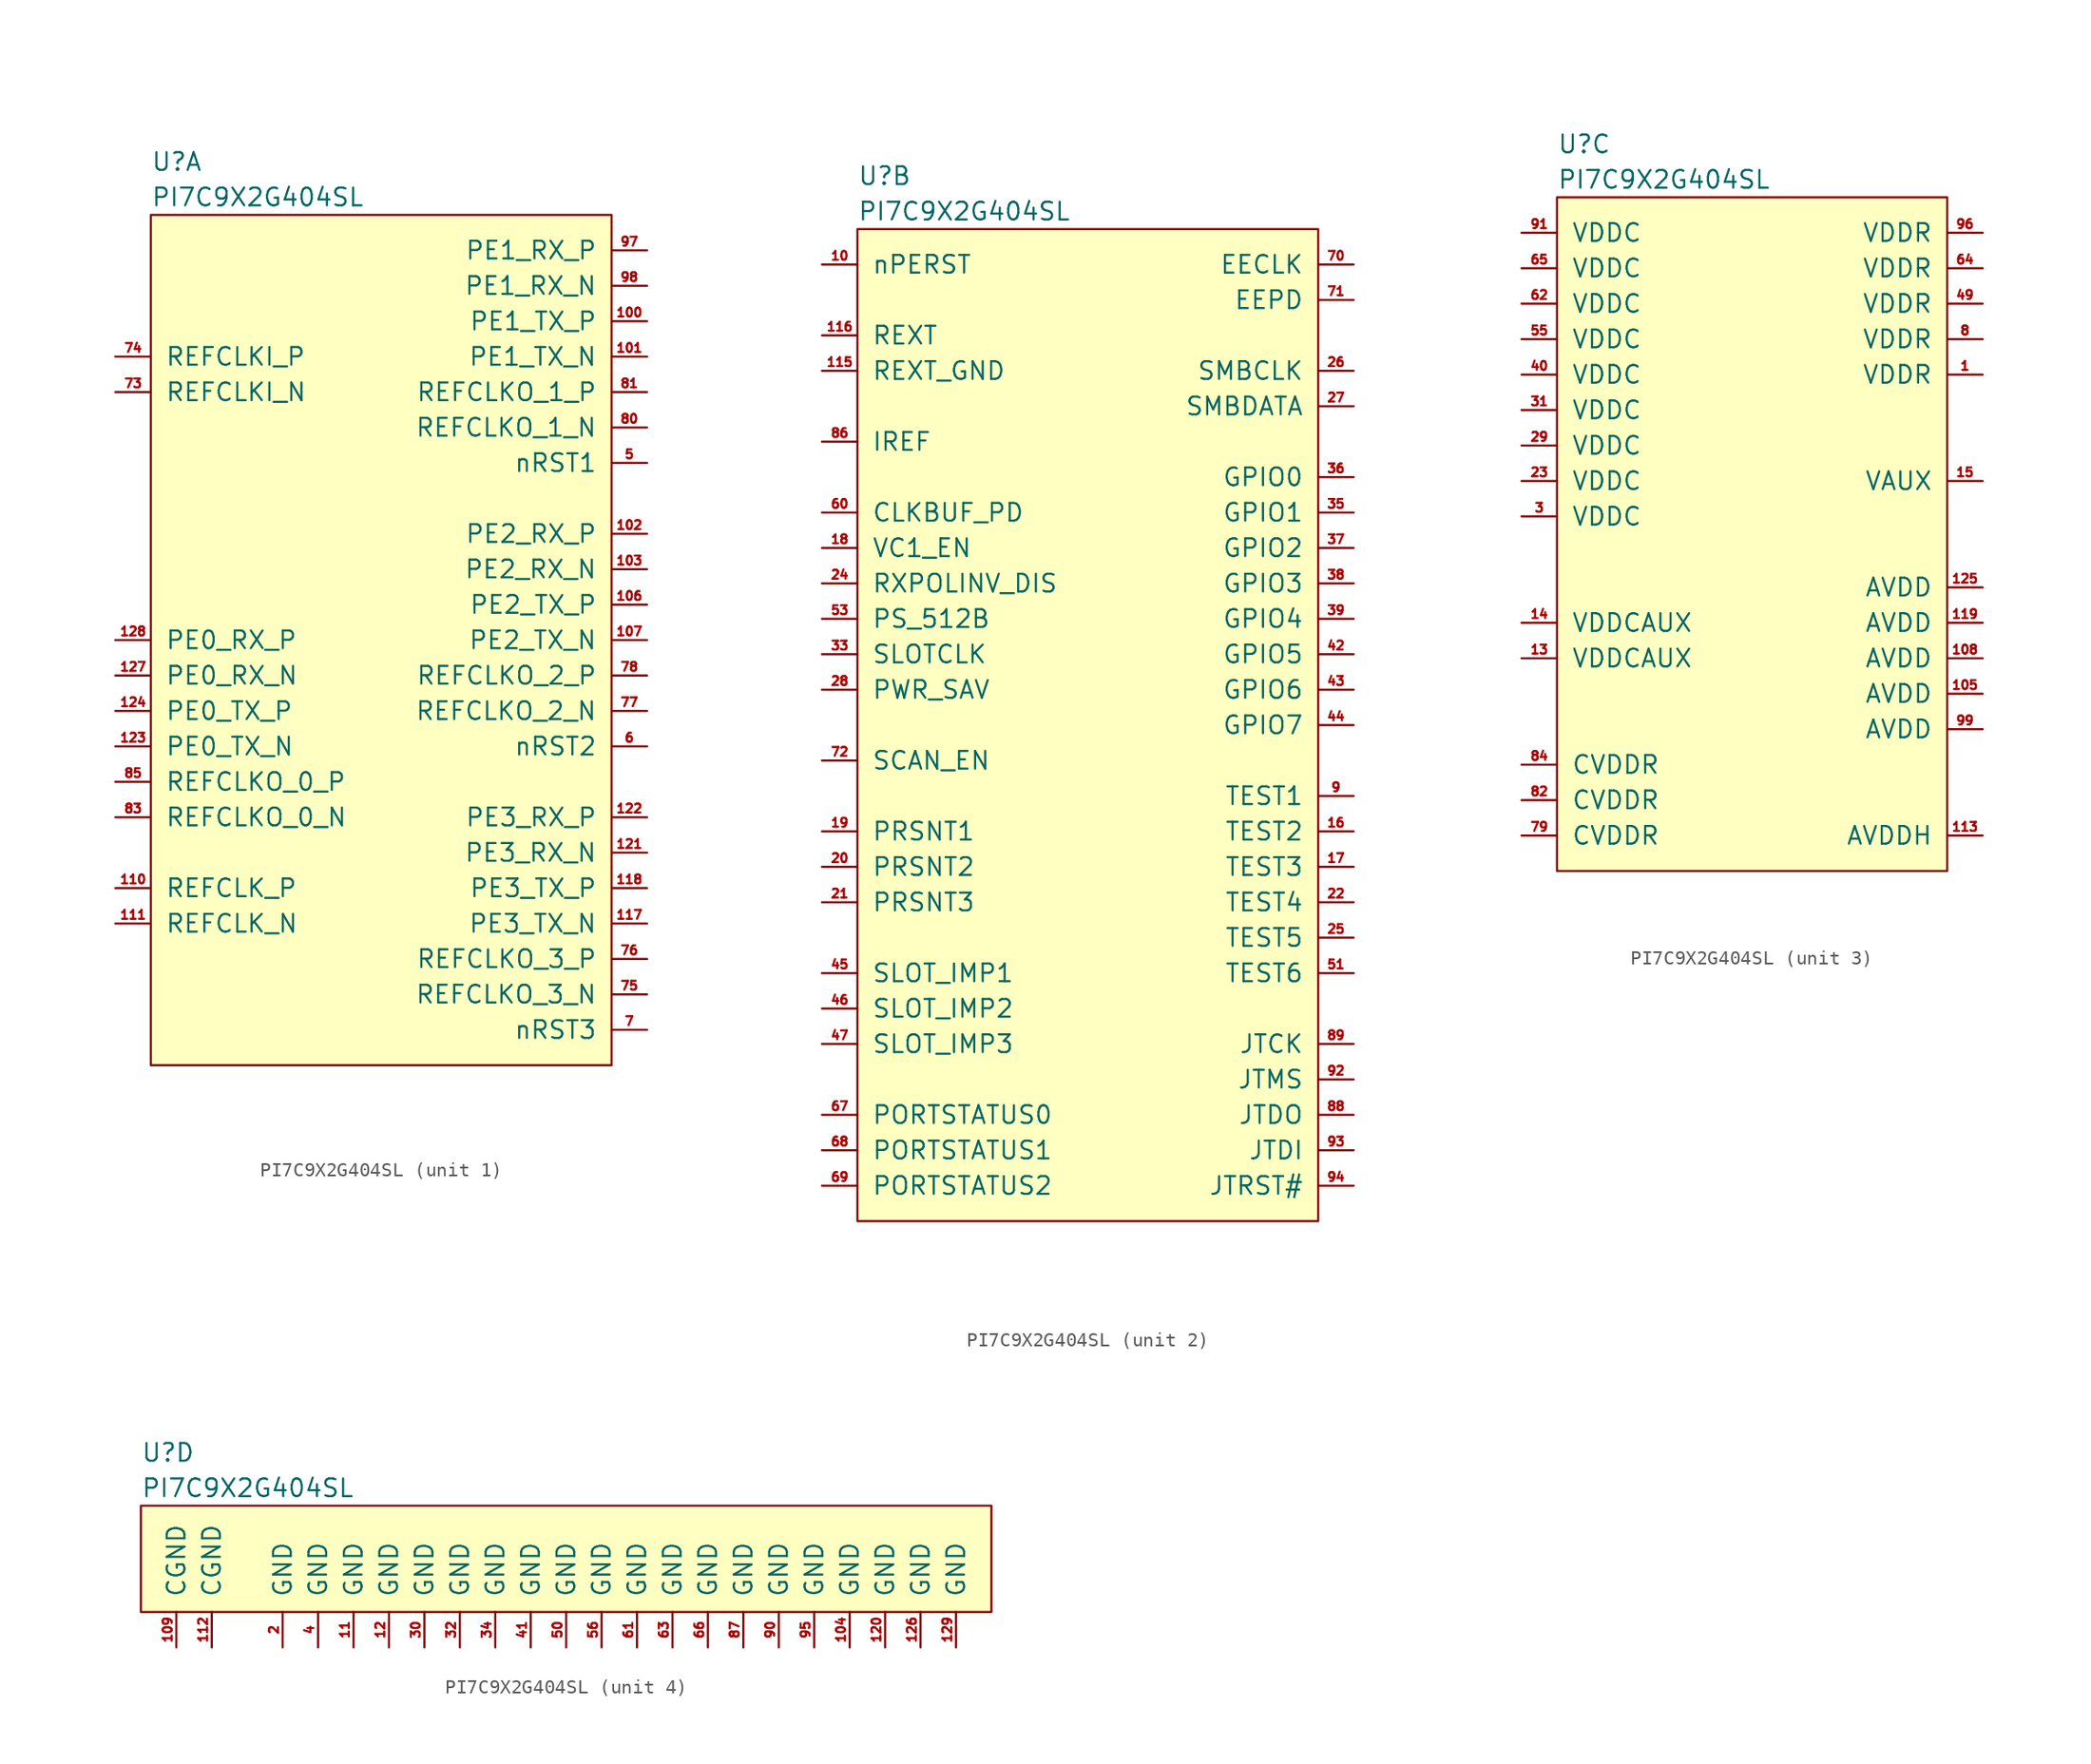
<source format=kicad_sym>
(kicad_symbol_lib
  (version 20211014)
  (generator kicad_symbol_editor)
  (symbol "PI7C9X2G404SL"
    (pin_names
      (offset 1.016))
    (property "Reference" "U"
      (at 0 3.81 0)
      (effects (font (size 1.27 1.27)) (justify left)))
    (property "Value" "PI7C9X2G404SL"
      (at 0 1.27 0)
      (effects (font (size 1.27 1.27)) (justify left)))
    (property "ki_locked" ""
      (at 0 0 0)
      (effects (font (size 1.27 1.27))))
    (symbol "PI7C9X2G404SL_1_1"
      (rectangle (start 0 0) (end 33.02 -60.96) (stroke (width 0) (type default) (color 0 0 0 0)) (fill (type background)))
      (pin output line (at 35.56 -7.62 180) (length 2.54) (name "PE1_TX_P" (effects (font (size 1.27 1.27)))) (number "100" (effects (font (size 0.635 0.635)))))
      (pin output line (at 35.56 -10.16 180) (length 2.54) (name "PE1_TX_N" (effects (font (size 1.27 1.27)))) (number "101" (effects (font (size 0.635 0.635)))))
      (pin input line (at 35.56 -22.86 180) (length 2.54) (name "PE2_RX_P" (effects (font (size 1.27 1.27)))) (number "102" (effects (font (size 0.635 0.635)))))
      (pin input line (at 35.56 -25.4 180) (length 2.54) (name "PE2_RX_N" (effects (font (size 1.27 1.27)))) (number "103" (effects (font (size 0.635 0.635)))))
      (pin output line (at 35.56 -27.94 180) (length 2.54) (name "PE2_TX_P" (effects (font (size 1.27 1.27)))) (number "106" (effects (font (size 0.635 0.635)))))
      (pin output line (at 35.56 -30.48 180) (length 2.54) (name "PE2_TX_N" (effects (font (size 1.27 1.27)))) (number "107" (effects (font (size 0.635 0.635)))))
      (pin input line (at -2.54 -48.26 0) (length 2.54) (name "REFCLK_P" (effects (font (size 1.27 1.27)))) (number "110" (effects (font (size 0.635 0.635)))))
      (pin input line (at -2.54 -50.8 0) (length 2.54) (name "REFCLK_N" (effects (font (size 1.27 1.27)))) (number "111" (effects (font (size 0.635 0.635)))))
      (pin output line (at 35.56 -50.8 180) (length 2.54) (name "PE3_TX_N" (effects (font (size 1.27 1.27)))) (number "117" (effects (font (size 0.635 0.635)))))
      (pin output line (at 35.56 -48.26 180) (length 2.54) (name "PE3_TX_P" (effects (font (size 1.27 1.27)))) (number "118" (effects (font (size 0.635 0.635)))))
      (pin input line (at 35.56 -45.72 180) (length 2.54) (name "PE3_RX_N" (effects (font (size 1.27 1.27)))) (number "121" (effects (font (size 0.635 0.635)))))
      (pin input line (at 35.56 -43.18 180) (length 2.54) (name "PE3_RX_P" (effects (font (size 1.27 1.27)))) (number "122" (effects (font (size 0.635 0.635)))))
      (pin output line (at -2.54 -38.1 0) (length 2.54) (name "PE0_TX_N" (effects (font (size 1.27 1.27)))) (number "123" (effects (font (size 0.635 0.635)))))
      (pin output line (at -2.54 -35.56 0) (length 2.54) (name "PE0_TX_P" (effects (font (size 1.27 1.27)))) (number "124" (effects (font (size 0.635 0.635)))))
      (pin input line (at -2.54 -33.02 0) (length 2.54) (name "PE0_RX_N" (effects (font (size 1.27 1.27)))) (number "127" (effects (font (size 0.635 0.635)))))
      (pin input line (at -2.54 -30.48 0) (length 2.54) (name "PE0_RX_P" (effects (font (size 1.27 1.27)))) (number "128" (effects (font (size 0.635 0.635)))))
      (pin output line (at 35.56 -17.78 180) (length 2.54) (name "nRST1" (effects (font (size 1.27 1.27)))) (number "5" (effects (font (size 0.635 0.635)))))
      (pin output line (at 35.56 -38.1 180) (length 2.54) (name "nRST2" (effects (font (size 1.27 1.27)))) (number "6" (effects (font (size 0.635 0.635)))))
      (pin output line (at 35.56 -58.42 180) (length 2.54) (name "nRST3" (effects (font (size 1.27 1.27)))) (number "7" (effects (font (size 0.635 0.635)))))
      (pin input line (at -2.54 -12.7 0) (length 2.54) (name "REFCLKI_N" (effects (font (size 1.27 1.27)))) (number "73" (effects (font (size 0.635 0.635)))))
      (pin input line (at -2.54 -10.16 0) (length 2.54) (name "REFCLKI_P" (effects (font (size 1.27 1.27)))) (number "74" (effects (font (size 0.635 0.635)))))
      (pin output line (at 35.56 -55.88 180) (length 2.54) (name "REFCLKO_3_N" (effects (font (size 1.27 1.27)))) (number "75" (effects (font (size 0.635 0.635)))))
      (pin output line (at 35.56 -53.34 180) (length 2.54) (name "REFCLKO_3_P" (effects (font (size 1.27 1.27)))) (number "76" (effects (font (size 0.635 0.635)))))
      (pin output line (at 35.56 -35.56 180) (length 2.54) (name "REFCLKO_2_N" (effects (font (size 1.27 1.27)))) (number "77" (effects (font (size 0.635 0.635)))))
      (pin output line (at 35.56 -33.02 180) (length 2.54) (name "REFCLKO_2_P" (effects (font (size 1.27 1.27)))) (number "78" (effects (font (size 0.635 0.635)))))
      (pin output line (at 35.56 -15.24 180) (length 2.54) (name "REFCLKO_1_N" (effects (font (size 1.27 1.27)))) (number "80" (effects (font (size 0.635 0.635)))))
      (pin output line (at 35.56 -12.7 180) (length 2.54) (name "REFCLKO_1_P" (effects (font (size 1.27 1.27)))) (number "81" (effects (font (size 0.635 0.635)))))
      (pin output line (at -2.54 -43.18 0) (length 2.54) (name "REFCLKO_0_N" (effects (font (size 1.27 1.27)))) (number "83" (effects (font (size 0.635 0.635)))))
      (pin output line (at -2.54 -40.64 0) (length 2.54) (name "REFCLKO_0_P" (effects (font (size 1.27 1.27)))) (number "85" (effects (font (size 0.635 0.635)))))
      (pin input line (at 35.56 -2.54 180) (length 2.54) (name "PE1_RX_P" (effects (font (size 1.27 1.27)))) (number "97" (effects (font (size 0.635 0.635)))))
      (pin input line (at 35.56 -5.08 180) (length 2.54) (name "PE1_RX_N" (effects (font (size 1.27 1.27)))) (number "98" (effects (font (size 0.635 0.635))))))
    (symbol "PI7C9X2G404SL_2_1"
      (rectangle (start 0 0) (end 33.02 -71.12) (stroke (width 0) (type default) (color 0 0 0 0)) (fill (type background)))
      (pin input line (at -2.54 -2.54 0) (length 2.54) (name "nPERST" (effects (font (size 1.27 1.27)))) (number "10" (effects (font (size 0.635 0.635)))))
      (pin no_connect line (at 20.32 -45.72 180) (length 2.54) hide (name "NC" (effects (font (size 1.27 1.27)))) (number "114" (effects (font (size 0.635 0.635)))))
      (pin output line (at -2.54 -10.16 0) (length 2.54) (name "REXT_GND" (effects (font (size 1.27 1.27)))) (number "115" (effects (font (size 0.635 0.635)))))
      (pin input line (at -2.54 -7.62 0) (length 2.54) (name "REXT" (effects (font (size 1.27 1.27)))) (number "116" (effects (font (size 0.635 0.635)))))
      (pin bidirectional line (at 35.56 -43.18 180) (length 2.54) (name "TEST2" (effects (font (size 1.27 1.27)))) (number "16" (effects (font (size 0.635 0.635)))))
      (pin bidirectional line (at 35.56 -45.72 180) (length 2.54) (name "TEST3" (effects (font (size 1.27 1.27)))) (number "17" (effects (font (size 0.635 0.635)))))
      (pin input line (at -2.54 -22.86 0) (length 2.54) (name "VC1_EN" (effects (font (size 1.27 1.27)))) (number "18" (effects (font (size 0.635 0.635)))))
      (pin input line (at -2.54 -43.18 0) (length 2.54) (name "PRSNT1" (effects (font (size 1.27 1.27)))) (number "19" (effects (font (size 0.635 0.635)))))
      (pin input line (at -2.54 -45.72 0) (length 2.54) (name "PRSNT2" (effects (font (size 1.27 1.27)))) (number "20" (effects (font (size 0.635 0.635)))))
      (pin input line (at -2.54 -48.26 0) (length 2.54) (name "PRSNT3" (effects (font (size 1.27 1.27)))) (number "21" (effects (font (size 0.635 0.635)))))
      (pin bidirectional line (at 35.56 -48.26 180) (length 2.54) (name "TEST4" (effects (font (size 1.27 1.27)))) (number "22" (effects (font (size 0.635 0.635)))))
      (pin input line (at -2.54 -25.4 0) (length 2.54) (name "RXPOLINV_DIS" (effects (font (size 1.27 1.27)))) (number "24" (effects (font (size 0.635 0.635)))))
      (pin bidirectional line (at 35.56 -50.8 180) (length 2.54) (name "TEST5" (effects (font (size 1.27 1.27)))) (number "25" (effects (font (size 0.635 0.635)))))
      (pin input line (at 35.56 -10.16 180) (length 2.54) (name "SMBCLK" (effects (font (size 1.27 1.27)))) (number "26" (effects (font (size 0.635 0.635)))))
      (pin bidirectional line (at 35.56 -12.7 180) (length 2.54) (name "SMBDATA" (effects (font (size 1.27 1.27)))) (number "27" (effects (font (size 0.635 0.635)))))
      (pin input line (at -2.54 -33.02 0) (length 2.54) (name "PWR_SAV" (effects (font (size 1.27 1.27)))) (number "28" (effects (font (size 0.635 0.635)))))
      (pin input line (at -2.54 -30.48 0) (length 2.54) (name "SLOTCLK" (effects (font (size 1.27 1.27)))) (number "33" (effects (font (size 0.635 0.635)))))
      (pin bidirectional line (at 35.56 -20.32 180) (length 2.54) (name "GPIO1" (effects (font (size 1.27 1.27)))) (number "35" (effects (font (size 0.635 0.635)))))
      (pin bidirectional line (at 35.56 -17.78 180) (length 2.54) (name "GPIO0" (effects (font (size 1.27 1.27)))) (number "36" (effects (font (size 0.635 0.635)))))
      (pin bidirectional line (at 35.56 -22.86 180) (length 2.54) (name "GPIO2" (effects (font (size 1.27 1.27)))) (number "37" (effects (font (size 0.635 0.635)))))
      (pin bidirectional line (at 35.56 -25.4 180) (length 2.54) (name "GPIO3" (effects (font (size 1.27 1.27)))) (number "38" (effects (font (size 0.635 0.635)))))
      (pin bidirectional line (at 35.56 -27.94 180) (length 2.54) (name "GPIO4" (effects (font (size 1.27 1.27)))) (number "39" (effects (font (size 0.635 0.635)))))
      (pin bidirectional line (at 35.56 -30.48 180) (length 2.54) (name "GPIO5" (effects (font (size 1.27 1.27)))) (number "42" (effects (font (size 0.635 0.635)))))
      (pin bidirectional line (at 35.56 -33.02 180) (length 2.54) (name "GPIO6" (effects (font (size 1.27 1.27)))) (number "43" (effects (font (size 0.635 0.635)))))
      (pin bidirectional line (at 35.56 -35.56 180) (length 2.54) (name "GPIO7" (effects (font (size 1.27 1.27)))) (number "44" (effects (font (size 0.635 0.635)))))
      (pin input line (at -2.54 -53.34 0) (length 2.54) (name "SLOT_IMP1" (effects (font (size 1.27 1.27)))) (number "45" (effects (font (size 0.635 0.635)))))
      (pin input line (at -2.54 -55.88 0) (length 2.54) (name "SLOT_IMP2" (effects (font (size 1.27 1.27)))) (number "46" (effects (font (size 0.635 0.635)))))
      (pin input line (at -2.54 -58.42 0) (length 2.54) (name "SLOT_IMP3" (effects (font (size 1.27 1.27)))) (number "47" (effects (font (size 0.635 0.635)))))
      (pin no_connect line (at 20.32 -30.48 180) (length 2.54) hide (name "NC" (effects (font (size 1.27 1.27)))) (number "48" (effects (font (size 0.635 0.635)))))
      (pin bidirectional line (at 35.56 -53.34 180) (length 2.54) (name "TEST6" (effects (font (size 1.27 1.27)))) (number "51" (effects (font (size 0.635 0.635)))))
      (pin no_connect line (at 20.32 -33.02 180) (length 2.54) hide (name "NC" (effects (font (size 1.27 1.27)))) (number "52" (effects (font (size 0.635 0.635)))))
      (pin input line (at -2.54 -27.94 0) (length 2.54) (name "PS_512B" (effects (font (size 1.27 1.27)))) (number "53" (effects (font (size 0.635 0.635)))))
      (pin no_connect line (at 20.32 -35.56 180) (length 2.54) hide (name "NC" (effects (font (size 1.27 1.27)))) (number "54" (effects (font (size 0.635 0.635)))))
      (pin no_connect line (at 20.32 -38.1 180) (length 2.54) hide (name "NC" (effects (font (size 1.27 1.27)))) (number "57" (effects (font (size 0.635 0.635)))))
      (pin no_connect line (at 20.32 -40.64 180) (length 2.54) hide (name "NC" (effects (font (size 1.27 1.27)))) (number "58" (effects (font (size 0.635 0.635)))))
      (pin no_connect line (at 20.32 -43.18 180) (length 2.54) hide (name "NC" (effects (font (size 1.27 1.27)))) (number "59" (effects (font (size 0.635 0.635)))))
      (pin input line (at -2.54 -20.32 0) (length 2.54) (name "CLKBUF_PD" (effects (font (size 1.27 1.27)))) (number "60" (effects (font (size 0.635 0.635)))))
      (pin output line (at -2.54 -63.5 0) (length 2.54) (name "PORTSTATUS0" (effects (font (size 1.27 1.27)))) (number "67" (effects (font (size 0.635 0.635)))))
      (pin output line (at -2.54 -66.04 0) (length 2.54) (name "PORTSTATUS1" (effects (font (size 1.27 1.27)))) (number "68" (effects (font (size 0.635 0.635)))))
      (pin output line (at -2.54 -68.58 0) (length 2.54) (name "PORTSTATUS2" (effects (font (size 1.27 1.27)))) (number "69" (effects (font (size 0.635 0.635)))))
      (pin output line (at 35.56 -2.54 180) (length 2.54) (name "EECLK" (effects (font (size 1.27 1.27)))) (number "70" (effects (font (size 0.635 0.635)))))
      (pin bidirectional line (at 35.56 -5.08 180) (length 2.54) (name "EEPD" (effects (font (size 1.27 1.27)))) (number "71" (effects (font (size 0.635 0.635)))))
      (pin bidirectional line (at -2.54 -38.1 0) (length 2.54) (name "SCAN_EN" (effects (font (size 1.27 1.27)))) (number "72" (effects (font (size 0.635 0.635)))))
      (pin input line (at -2.54 -15.24 0) (length 2.54) (name "IREF" (effects (font (size 1.27 1.27)))) (number "86" (effects (font (size 0.635 0.635)))))
      (pin output line (at 35.56 -63.5 180) (length 2.54) (name "JTDO" (effects (font (size 1.27 1.27)))) (number "88" (effects (font (size 0.635 0.635)))))
      (pin input line (at 35.56 -58.42 180) (length 2.54) (name "JTCK" (effects (font (size 1.27 1.27)))) (number "89" (effects (font (size 0.635 0.635)))))
      (pin bidirectional line (at 35.56 -40.64 180) (length 2.54) (name "TEST1" (effects (font (size 1.27 1.27)))) (number "9" (effects (font (size 0.635 0.635)))))
      (pin input line (at 35.56 -60.96 180) (length 2.54) (name "JTMS" (effects (font (size 1.27 1.27)))) (number "92" (effects (font (size 0.635 0.635)))))
      (pin input line (at 35.56 -66.04 180) (length 2.54) (name "JTDI" (effects (font (size 1.27 1.27)))) (number "93" (effects (font (size 0.635 0.635)))))
      (pin input line (at 35.56 -68.58 180) (length 2.54) (name "JTRST#" (effects (font (size 1.27 1.27)))) (number "94" (effects (font (size 0.635 0.635))))))
    (symbol "PI7C9X2G404SL_3_1"
      (rectangle (start 0 0) (end 27.94 -48.26) (stroke (width 0) (type default) (color 0 0 0 0)) (fill (type background)))
      (pin power_in line (at 30.48 -12.7 180) (length 2.54) (name "VDDR" (effects (font (size 1.27 1.27)))) (number "1" (effects (font (size 0.635 0.635)))))
      (pin power_in line (at 30.48 -35.56 180) (length 2.54) (name "AVDD" (effects (font (size 1.27 1.27)))) (number "105" (effects (font (size 0.635 0.635)))))
      (pin power_in line (at 30.48 -33.02 180) (length 2.54) (name "AVDD" (effects (font (size 1.27 1.27)))) (number "108" (effects (font (size 0.635 0.635)))))
      (pin power_in line (at 30.48 -45.72 180) (length 2.54) (name "AVDDH" (effects (font (size 1.27 1.27)))) (number "113" (effects (font (size 0.635 0.635)))))
      (pin power_in line (at 30.48 -30.48 180) (length 2.54) (name "AVDD" (effects (font (size 1.27 1.27)))) (number "119" (effects (font (size 0.635 0.635)))))
      (pin power_in line (at 30.48 -27.94 180) (length 2.54) (name "AVDD" (effects (font (size 1.27 1.27)))) (number "125" (effects (font (size 0.635 0.635)))))
      (pin power_in line (at -2.54 -33.02 0) (length 2.54) (name "VDDCAUX" (effects (font (size 1.27 1.27)))) (number "13" (effects (font (size 0.635 0.635)))))
      (pin power_in line (at -2.54 -30.48 0) (length 2.54) (name "VDDCAUX" (effects (font (size 1.27 1.27)))) (number "14" (effects (font (size 0.635 0.635)))))
      (pin power_in line (at 30.48 -20.32 180) (length 2.54) (name "VAUX" (effects (font (size 1.27 1.27)))) (number "15" (effects (font (size 0.635 0.635)))))
      (pin power_in line (at -2.54 -20.32 0) (length 2.54) (name "VDDC" (effects (font (size 1.27 1.27)))) (number "23" (effects (font (size 0.635 0.635)))))
      (pin power_in line (at -2.54 -17.78 0) (length 2.54) (name "VDDC" (effects (font (size 1.27 1.27)))) (number "29" (effects (font (size 0.635 0.635)))))
      (pin power_in line (at -2.54 -22.86 0) (length 2.54) (name "VDDC" (effects (font (size 1.27 1.27)))) (number "3" (effects (font (size 0.635 0.635)))))
      (pin power_in line (at -2.54 -15.24 0) (length 2.54) (name "VDDC" (effects (font (size 1.27 1.27)))) (number "31" (effects (font (size 0.635 0.635)))))
      (pin power_in line (at -2.54 -12.7 0) (length 2.54) (name "VDDC" (effects (font (size 1.27 1.27)))) (number "40" (effects (font (size 0.635 0.635)))))
      (pin power_in line (at 30.48 -7.62 180) (length 2.54) (name "VDDR" (effects (font (size 1.27 1.27)))) (number "49" (effects (font (size 0.635 0.635)))))
      (pin power_in line (at -2.54 -10.16 0) (length 2.54) (name "VDDC" (effects (font (size 1.27 1.27)))) (number "55" (effects (font (size 0.635 0.635)))))
      (pin power_in line (at -2.54 -7.62 0) (length 2.54) (name "VDDC" (effects (font (size 1.27 1.27)))) (number "62" (effects (font (size 0.635 0.635)))))
      (pin power_in line (at 30.48 -5.08 180) (length 2.54) (name "VDDR" (effects (font (size 1.27 1.27)))) (number "64" (effects (font (size 0.635 0.635)))))
      (pin power_in line (at -2.54 -5.08 0) (length 2.54) (name "VDDC" (effects (font (size 1.27 1.27)))) (number "65" (effects (font (size 0.635 0.635)))))
      (pin power_in line (at -2.54 -45.72 0) (length 2.54) (name "CVDDR" (effects (font (size 1.27 1.27)))) (number "79" (effects (font (size 0.635 0.635)))))
      (pin power_in line (at 30.48 -10.16 180) (length 2.54) (name "VDDR" (effects (font (size 1.27 1.27)))) (number "8" (effects (font (size 0.635 0.635)))))
      (pin power_in line (at -2.54 -43.18 0) (length 2.54) (name "CVDDR" (effects (font (size 1.27 1.27)))) (number "82" (effects (font (size 0.635 0.635)))))
      (pin power_in line (at -2.54 -40.64 0) (length 2.54) (name "CVDDR" (effects (font (size 1.27 1.27)))) (number "84" (effects (font (size 0.635 0.635)))))
      (pin power_in line (at -2.54 -2.54 0) (length 2.54) (name "VDDC" (effects (font (size 1.27 1.27)))) (number "91" (effects (font (size 0.635 0.635)))))
      (pin power_in line (at 30.48 -2.54 180) (length 2.54) (name "VDDR" (effects (font (size 1.27 1.27)))) (number "96" (effects (font (size 0.635 0.635)))))
      (pin power_in line (at 30.48 -38.1 180) (length 2.54) (name "AVDD" (effects (font (size 1.27 1.27)))) (number "99" (effects (font (size 0.635 0.635))))))
    (symbol "PI7C9X2G404SL_4_1"
      (rectangle (start 0 0) (end 60.96 -7.62) (stroke (width 0) (type default) (color 0 0 0 0)) (fill (type background)))
      (pin power_in line (at 50.8 -10.16 90) (length 2.54) (name "GND" (effects (font (size 1.27 1.27)))) (number "104" (effects (font (size 0.635 0.635)))))
      (pin power_in line (at 2.54 -10.16 90) (length 2.54) (name "CGND" (effects (font (size 1.27 1.27)))) (number "109" (effects (font (size 0.635 0.635)))))
      (pin power_in line (at 15.24 -10.16 90) (length 2.54) (name "GND" (effects (font (size 1.27 1.27)))) (number "11" (effects (font (size 0.635 0.635)))))
      (pin power_in line (at 5.08 -10.16 90) (length 2.54) (name "CGND" (effects (font (size 1.27 1.27)))) (number "112" (effects (font (size 0.635 0.635)))))
      (pin power_in line (at 17.78 -10.16 90) (length 2.54) (name "GND" (effects (font (size 1.27 1.27)))) (number "12" (effects (font (size 0.635 0.635)))))
      (pin power_in line (at 53.34 -10.16 90) (length 2.54) (name "GND" (effects (font (size 1.27 1.27)))) (number "120" (effects (font (size 0.635 0.635)))))
      (pin power_in line (at 55.88 -10.16 90) (length 2.54) (name "GND" (effects (font (size 1.27 1.27)))) (number "126" (effects (font (size 0.635 0.635)))))
      (pin power_in line (at 58.42 -10.16 90) (length 2.54) (name "GND" (effects (font (size 1.27 1.27)))) (number "129" (effects (font (size 0.635 0.635)))))
      (pin power_in line (at 10.16 -10.16 90) (length 2.54) (name "GND" (effects (font (size 1.27 1.27)))) (number "2" (effects (font (size 0.635 0.635)))))
      (pin power_in line (at 20.32 -10.16 90) (length 2.54) (name "GND" (effects (font (size 1.27 1.27)))) (number "30" (effects (font (size 0.635 0.635)))))
      (pin power_in line (at 22.86 -10.16 90) (length 2.54) (name "GND" (effects (font (size 1.27 1.27)))) (number "32" (effects (font (size 0.635 0.635)))))
      (pin power_in line (at 25.4 -10.16 90) (length 2.54) (name "GND" (effects (font (size 1.27 1.27)))) (number "34" (effects (font (size 0.635 0.635)))))
      (pin power_in line (at 12.7 -10.16 90) (length 2.54) (name "GND" (effects (font (size 1.27 1.27)))) (number "4" (effects (font (size 0.635 0.635)))))
      (pin power_in line (at 27.94 -10.16 90) (length 2.54) (name "GND" (effects (font (size 1.27 1.27)))) (number "41" (effects (font (size 0.635 0.635)))))
      (pin power_in line (at 30.48 -10.16 90) (length 2.54) (name "GND" (effects (font (size 1.27 1.27)))) (number "50" (effects (font (size 0.635 0.635)))))
      (pin power_in line (at 33.02 -10.16 90) (length 2.54) (name "GND" (effects (font (size 1.27 1.27)))) (number "56" (effects (font (size 0.635 0.635)))))
      (pin power_in line (at 35.56 -10.16 90) (length 2.54) (name "GND" (effects (font (size 1.27 1.27)))) (number "61" (effects (font (size 0.635 0.635)))))
      (pin power_in line (at 38.1 -10.16 90) (length 2.54) (name "GND" (effects (font (size 1.27 1.27)))) (number "63" (effects (font (size 0.635 0.635)))))
      (pin power_in line (at 40.64 -10.16 90) (length 2.54) (name "GND" (effects (font (size 1.27 1.27)))) (number "66" (effects (font (size 0.635 0.635)))))
      (pin power_in line (at 43.18 -10.16 90) (length 2.54) (name "GND" (effects (font (size 1.27 1.27)))) (number "87" (effects (font (size 0.635 0.635)))))
      (pin power_in line (at 45.72 -10.16 90) (length 2.54) (name "GND" (effects (font (size 1.27 1.27)))) (number "90" (effects (font (size 0.635 0.635)))))
      (pin power_in line (at 48.26 -10.16 90) (length 2.54) (name "GND" (effects (font (size 1.27 1.27)))) (number "95" (effects (font (size 0.635 0.635))))))))
</source>
